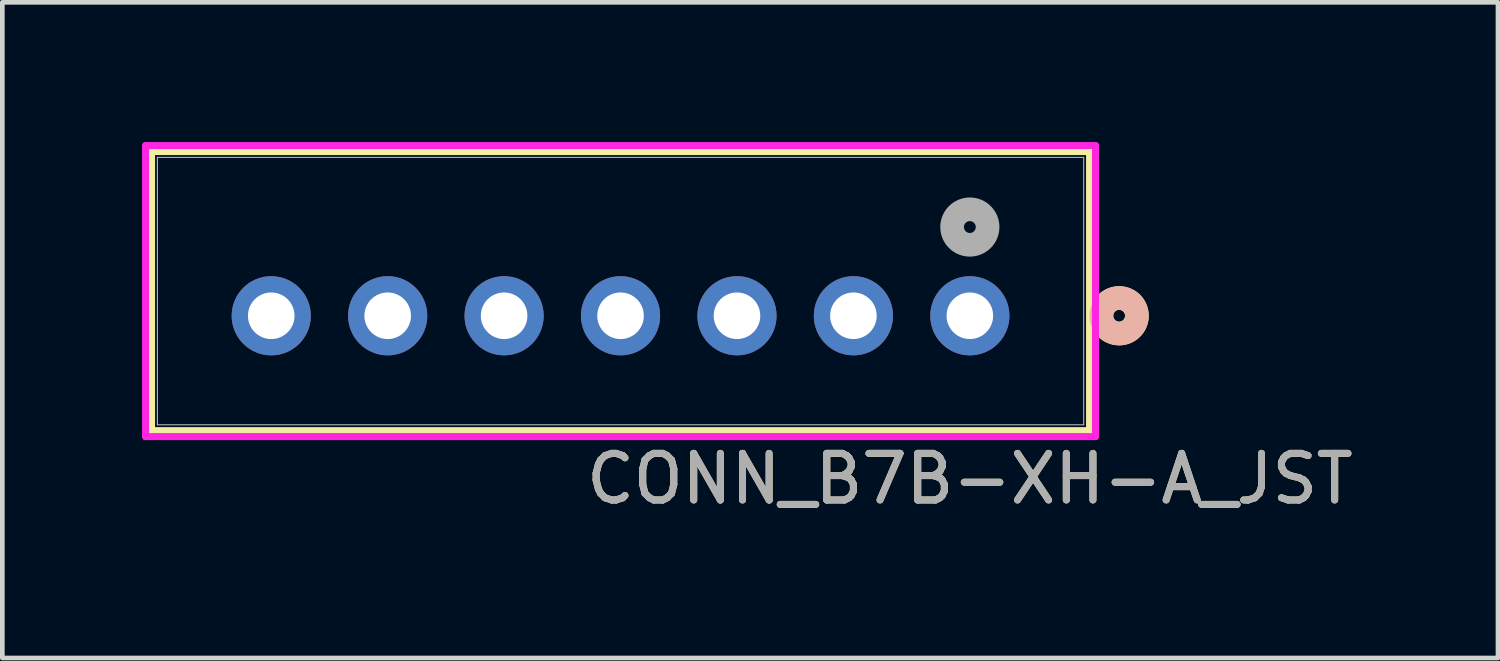
<source format=kicad_pcb>
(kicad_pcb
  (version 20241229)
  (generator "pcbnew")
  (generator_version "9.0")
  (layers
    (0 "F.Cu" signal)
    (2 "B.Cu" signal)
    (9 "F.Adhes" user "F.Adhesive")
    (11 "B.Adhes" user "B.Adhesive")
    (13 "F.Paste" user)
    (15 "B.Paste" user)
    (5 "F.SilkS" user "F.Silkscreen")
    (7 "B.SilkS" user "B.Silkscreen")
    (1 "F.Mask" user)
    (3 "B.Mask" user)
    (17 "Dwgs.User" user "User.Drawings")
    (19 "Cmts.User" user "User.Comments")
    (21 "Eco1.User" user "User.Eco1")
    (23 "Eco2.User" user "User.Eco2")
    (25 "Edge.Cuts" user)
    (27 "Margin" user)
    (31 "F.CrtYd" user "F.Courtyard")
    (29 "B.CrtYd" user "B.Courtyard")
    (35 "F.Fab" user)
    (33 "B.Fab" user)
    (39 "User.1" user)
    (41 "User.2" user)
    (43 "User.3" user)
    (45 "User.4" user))
  (footprint "CONN_B7B-XH-A_JST"
    (layer "F.Cu")
    (at 17.774 3.73)
    (property "Reference" "CONN_B7B-XH-A_JST" (at 0 3.5 0) (unlocked yes) (layer "F.SilkS") (effects (font (size 1 1) (thickness 0.15))))
    (attr through_hole)
    (fp_line (start -17.571 -3.527) (end -17.571 2.467) (stroke (width 0.152) (type solid)) (layer "F.SilkS"))
    (fp_line (start -17.571 2.467) (end 2.571 2.467) (stroke (width 0.152) (type solid)) (layer "F.SilkS"))
    (fp_line (start 2.571 -3.527) (end -17.571 -3.527) (stroke (width 0.152) (type solid)) (layer "F.SilkS"))
    (fp_line (start 2.571 2.467) (end 2.571 -3.527) (stroke (width 0.152) (type solid)) (layer "F.SilkS"))
    (fp_circle (center 3.206 0) (end 3.587 0) (stroke (width 0.508) (type solid)) (fill no) (layer "F.SilkS"))
    (fp_circle (center 3.206 0) (end 3.587 0) (stroke (width 0.508) (type solid)) (fill no) (layer "B.SilkS"))
    (fp_line (start -17.698 -3.654) (end -17.698 2.594) (stroke (width 0.152) (type solid)) (layer "F.CrtYd"))
    (fp_line (start -17.698 2.594) (end 2.698 2.594) (stroke (width 0.152) (type solid)) (layer "F.CrtYd"))
    (fp_line (start 2.698 -3.654) (end -17.698 -3.654) (stroke (width 0.152) (type solid)) (layer "F.CrtYd"))
    (fp_line (start 2.698 2.594) (end 2.698 -3.654) (stroke (width 0.152) (type solid)) (layer "F.CrtYd"))
    (fp_line (start -17.444 -3.4) (end -17.444 2.34) (stroke (width 0.025) (type solid)) (layer "F.Fab"))
    (fp_line (start -17.444 2.34) (end 2.444 2.34) (stroke (width 0.025) (type solid)) (layer "F.Fab"))
    (fp_line (start 2.444 -3.4) (end -17.444 -3.4) (stroke (width 0.025) (type solid)) (layer "F.Fab"))
    (fp_line (start 2.444 2.34) (end 2.444 -3.4) (stroke (width 0.025) (type solid)) (layer "F.Fab"))
    (fp_circle (center 0 -1.905) (end 0.381 -1.905) (stroke (width 0.508) (type solid)) (fill no) (layer "F.Fab"))
    (fp_text user "${REFERENCE}" (at 0 3.5 0) (unlocked yes) (layer "F.Fab") (effects (font (size 1 1) (thickness 0.15))))
    (pad "1" thru_hole circle (at 0 0) (size 1.7 1.7) (drill 1) (layers "*.Cu" "*.Mask"))
    (pad "2" thru_hole circle (at -2.5 0) (size 1.7 1.7) (drill 1) (layers "*.Cu" "*.Mask"))
    (pad "3" thru_hole circle (at -5 0) (size 1.7 1.7) (drill 1) (layers "*.Cu" "*.Mask"))
    (pad "4" thru_hole circle (at -7.5 0) (size 1.7 1.7) (drill 1) (layers "*.Cu" "*.Mask"))
    (pad "5" thru_hole circle (at -10 0) (size 1.7 1.7) (drill 1) (layers "*.Cu" "*.Mask"))
    (pad "6" thru_hole circle (at -12.5 0) (size 1.7 1.7) (drill 1) (layers "*.Cu" "*.Mask"))
    (pad "7" thru_hole circle (at -15 0) (size 1.7 1.7) (drill 1) (layers "*.Cu" "*.Mask")))
  (gr_rect
    (start -3 -3)
    (end 29.114 11.078)
    (stroke (width 0.1) (type default))
    (fill no)
    (layer "Edge.Cuts")))
</source>
